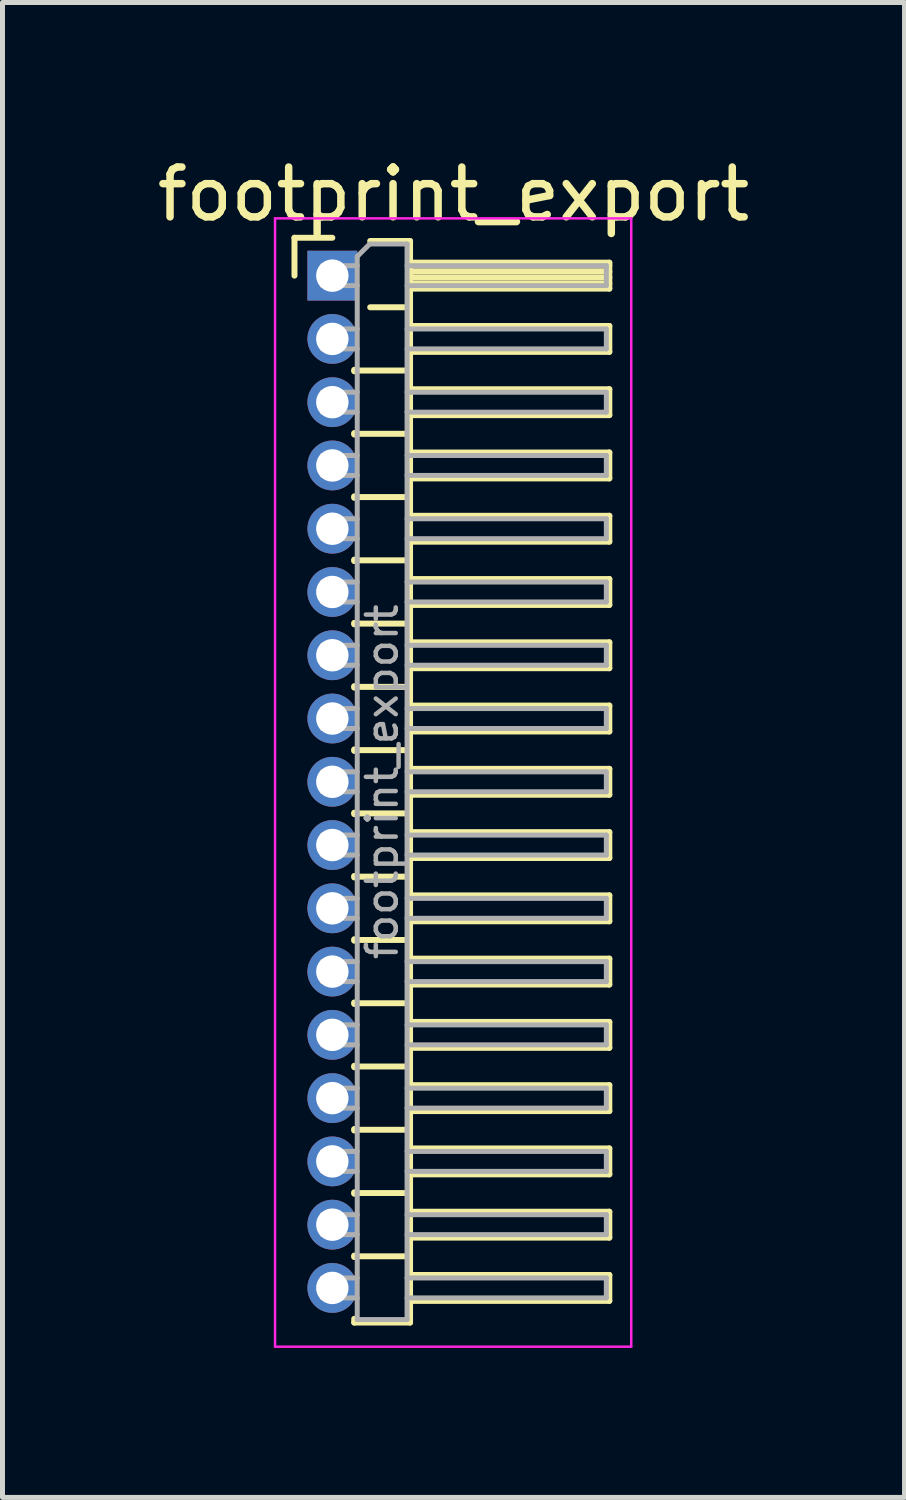
<source format=kicad_pcb>
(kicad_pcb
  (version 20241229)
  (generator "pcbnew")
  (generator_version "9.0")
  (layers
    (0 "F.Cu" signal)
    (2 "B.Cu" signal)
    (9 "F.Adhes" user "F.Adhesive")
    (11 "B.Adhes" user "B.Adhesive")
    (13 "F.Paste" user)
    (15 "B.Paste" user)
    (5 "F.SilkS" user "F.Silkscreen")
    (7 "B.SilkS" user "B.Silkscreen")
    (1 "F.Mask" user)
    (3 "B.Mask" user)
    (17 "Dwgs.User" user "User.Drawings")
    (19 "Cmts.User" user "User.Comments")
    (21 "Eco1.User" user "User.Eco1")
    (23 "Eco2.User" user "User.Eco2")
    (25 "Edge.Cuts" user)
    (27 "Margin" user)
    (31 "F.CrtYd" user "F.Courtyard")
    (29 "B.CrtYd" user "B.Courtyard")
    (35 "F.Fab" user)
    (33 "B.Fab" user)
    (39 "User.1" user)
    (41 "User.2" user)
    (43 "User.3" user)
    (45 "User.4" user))
  (footprint "footprint_export"
    (layer "F.Cu")
    (at 3.621 2.483)
    (property "Reference" "footprint_export" (at 2.433 -1.635 0) (layer "F.SilkS") (effects (font (size 1 1) (thickness 0.15))))
    (attr through_hole)
    (fp_line (start -0.76 -0.76) (end 0 -0.76) (stroke (width 0.12) (type solid)) (layer "F.SilkS"))
    (fp_line (start -0.76 0) (end -0.76 -0.76) (stroke (width 0.12) (type solid)) (layer "F.SilkS"))
    (fp_line (start 0.44 1.89) (end 0.44 1.92) (stroke (width 0.12) (type solid)) (layer "F.SilkS"))
    (fp_line (start 0.44 1.905) (end 1.56 1.905) (stroke (width 0.12) (type solid)) (layer "F.SilkS"))
    (fp_line (start 0.44 3.16) (end 0.44 3.19) (stroke (width 0.12) (type solid)) (layer "F.SilkS"))
    (fp_line (start 0.44 3.175) (end 1.56 3.175) (stroke (width 0.12) (type solid)) (layer "F.SilkS"))
    (fp_line (start 0.44 4.43) (end 0.44 4.46) (stroke (width 0.12) (type solid)) (layer "F.SilkS"))
    (fp_line (start 0.44 4.445) (end 1.56 4.445) (stroke (width 0.12) (type solid)) (layer "F.SilkS"))
    (fp_line (start 0.44 5.7) (end 0.44 5.73) (stroke (width 0.12) (type solid)) (layer "F.SilkS"))
    (fp_line (start 0.44 5.715) (end 1.56 5.715) (stroke (width 0.12) (type solid)) (layer "F.SilkS"))
    (fp_line (start 0.44 6.97) (end 0.44 7) (stroke (width 0.12) (type solid)) (layer "F.SilkS"))
    (fp_line (start 0.44 6.985) (end 1.56 6.985) (stroke (width 0.12) (type solid)) (layer "F.SilkS"))
    (fp_line (start 0.44 8.24) (end 0.44 8.27) (stroke (width 0.12) (type solid)) (layer "F.SilkS"))
    (fp_line (start 0.44 8.255) (end 1.56 8.255) (stroke (width 0.12) (type solid)) (layer "F.SilkS"))
    (fp_line (start 0.44 9.51) (end 0.44 9.54) (stroke (width 0.12) (type solid)) (layer "F.SilkS"))
    (fp_line (start 0.44 9.525) (end 1.56 9.525) (stroke (width 0.12) (type solid)) (layer "F.SilkS"))
    (fp_line (start 0.44 10.78) (end 0.44 10.81) (stroke (width 0.12) (type solid)) (layer "F.SilkS"))
    (fp_line (start 0.44 10.795) (end 1.56 10.795) (stroke (width 0.12) (type solid)) (layer "F.SilkS"))
    (fp_line (start 0.44 12.05) (end 0.44 12.08) (stroke (width 0.12) (type solid)) (layer "F.SilkS"))
    (fp_line (start 0.44 12.065) (end 1.56 12.065) (stroke (width 0.12) (type solid)) (layer "F.SilkS"))
    (fp_line (start 0.44 13.32) (end 0.44 13.35) (stroke (width 0.12) (type solid)) (layer "F.SilkS"))
    (fp_line (start 0.44 13.335) (end 1.56 13.335) (stroke (width 0.12) (type solid)) (layer "F.SilkS"))
    (fp_line (start 0.44 14.59) (end 0.44 14.62) (stroke (width 0.12) (type solid)) (layer "F.SilkS"))
    (fp_line (start 0.44 14.605) (end 1.56 14.605) (stroke (width 0.12) (type solid)) (layer "F.SilkS"))
    (fp_line (start 0.44 15.86) (end 0.44 15.89) (stroke (width 0.12) (type solid)) (layer "F.SilkS"))
    (fp_line (start 0.44 15.875) (end 1.56 15.875) (stroke (width 0.12) (type solid)) (layer "F.SilkS"))
    (fp_line (start 0.44 17.13) (end 0.44 17.16) (stroke (width 0.12) (type solid)) (layer "F.SilkS"))
    (fp_line (start 0.44 17.145) (end 1.56 17.145) (stroke (width 0.12) (type solid)) (layer "F.SilkS"))
    (fp_line (start 0.44 18.4) (end 0.44 18.43) (stroke (width 0.12) (type solid)) (layer "F.SilkS"))
    (fp_line (start 0.44 18.415) (end 1.56 18.415) (stroke (width 0.12) (type solid)) (layer "F.SilkS"))
    (fp_line (start 0.44 19.67) (end 0.44 19.7) (stroke (width 0.12) (type solid)) (layer "F.SilkS"))
    (fp_line (start 0.44 19.685) (end 1.56 19.685) (stroke (width 0.12) (type solid)) (layer "F.SilkS"))
    (fp_line (start 0.44 21.015) (end 0.44 20.94) (stroke (width 0.12) (type solid)) (layer "F.SilkS"))
    (fp_line (start 0.76 -0.695) (end 1.56 -0.695) (stroke (width 0.12) (type solid)) (layer "F.SilkS"))
    (fp_line (start 0.76 0.635) (end 1.56 0.635) (stroke (width 0.12) (type solid)) (layer "F.SilkS"))
    (fp_line (start 1.56 -0.695) (end 1.56 21.015) (stroke (width 0.12) (type solid)) (layer "F.SilkS"))
    (fp_line (start 1.56 -0.26) (end 5.56 -0.26) (stroke (width 0.12) (type solid)) (layer "F.SilkS"))
    (fp_line (start 1.56 -0.2) (end 5.56 -0.2) (stroke (width 0.12) (type solid)) (layer "F.SilkS"))
    (fp_line (start 1.56 -0.08) (end 5.56 -0.08) (stroke (width 0.12) (type solid)) (layer "F.SilkS"))
    (fp_line (start 1.56 0.04) (end 5.56 0.04) (stroke (width 0.12) (type solid)) (layer "F.SilkS"))
    (fp_line (start 1.56 0.16) (end 5.56 0.16) (stroke (width 0.12) (type solid)) (layer "F.SilkS"))
    (fp_line (start 1.56 1.01) (end 5.56 1.01) (stroke (width 0.12) (type solid)) (layer "F.SilkS"))
    (fp_line (start 1.56 2.28) (end 5.56 2.28) (stroke (width 0.12) (type solid)) (layer "F.SilkS"))
    (fp_line (start 1.56 3.55) (end 5.56 3.55) (stroke (width 0.12) (type solid)) (layer "F.SilkS"))
    (fp_line (start 1.56 4.82) (end 5.56 4.82) (stroke (width 0.12) (type solid)) (layer "F.SilkS"))
    (fp_line (start 1.56 6.09) (end 5.56 6.09) (stroke (width 0.12) (type solid)) (layer "F.SilkS"))
    (fp_line (start 1.56 7.36) (end 5.56 7.36) (stroke (width 0.12) (type solid)) (layer "F.SilkS"))
    (fp_line (start 1.56 8.63) (end 5.56 8.63) (stroke (width 0.12) (type solid)) (layer "F.SilkS"))
    (fp_line (start 1.56 9.9) (end 5.56 9.9) (stroke (width 0.12) (type solid)) (layer "F.SilkS"))
    (fp_line (start 1.56 11.17) (end 5.56 11.17) (stroke (width 0.12) (type solid)) (layer "F.SilkS"))
    (fp_line (start 1.56 12.44) (end 5.56 12.44) (stroke (width 0.12) (type solid)) (layer "F.SilkS"))
    (fp_line (start 1.56 13.71) (end 5.56 13.71) (stroke (width 0.12) (type solid)) (layer "F.SilkS"))
    (fp_line (start 1.56 14.98) (end 5.56 14.98) (stroke (width 0.12) (type solid)) (layer "F.SilkS"))
    (fp_line (start 1.56 16.25) (end 5.56 16.25) (stroke (width 0.12) (type solid)) (layer "F.SilkS"))
    (fp_line (start 1.56 17.52) (end 5.56 17.52) (stroke (width 0.12) (type solid)) (layer "F.SilkS"))
    (fp_line (start 1.56 18.79) (end 5.56 18.79) (stroke (width 0.12) (type solid)) (layer "F.SilkS"))
    (fp_line (start 1.56 20.06) (end 5.56 20.06) (stroke (width 0.12) (type solid)) (layer "F.SilkS"))
    (fp_line (start 1.56 21.015) (end 0.44 21.015) (stroke (width 0.12) (type solid)) (layer "F.SilkS"))
    (fp_line (start 5.56 -0.26) (end 5.56 0.26) (stroke (width 0.12) (type solid)) (layer "F.SilkS"))
    (fp_line (start 5.56 0.26) (end 1.56 0.26) (stroke (width 0.12) (type solid)) (layer "F.SilkS"))
    (fp_line (start 5.56 1.01) (end 5.56 1.53) (stroke (width 0.12) (type solid)) (layer "F.SilkS"))
    (fp_line (start 5.56 1.53) (end 1.56 1.53) (stroke (width 0.12) (type solid)) (layer "F.SilkS"))
    (fp_line (start 5.56 2.28) (end 5.56 2.8) (stroke (width 0.12) (type solid)) (layer "F.SilkS"))
    (fp_line (start 5.56 2.8) (end 1.56 2.8) (stroke (width 0.12) (type solid)) (layer "F.SilkS"))
    (fp_line (start 5.56 3.55) (end 5.56 4.07) (stroke (width 0.12) (type solid)) (layer "F.SilkS"))
    (fp_line (start 5.56 4.07) (end 1.56 4.07) (stroke (width 0.12) (type solid)) (layer "F.SilkS"))
    (fp_line (start 5.56 4.82) (end 5.56 5.34) (stroke (width 0.12) (type solid)) (layer "F.SilkS"))
    (fp_line (start 5.56 5.34) (end 1.56 5.34) (stroke (width 0.12) (type solid)) (layer "F.SilkS"))
    (fp_line (start 5.56 6.09) (end 5.56 6.61) (stroke (width 0.12) (type solid)) (layer "F.SilkS"))
    (fp_line (start 5.56 6.61) (end 1.56 6.61) (stroke (width 0.12) (type solid)) (layer "F.SilkS"))
    (fp_line (start 5.56 7.36) (end 5.56 7.88) (stroke (width 0.12) (type solid)) (layer "F.SilkS"))
    (fp_line (start 5.56 7.88) (end 1.56 7.88) (stroke (width 0.12) (type solid)) (layer "F.SilkS"))
    (fp_line (start 5.56 8.63) (end 5.56 9.15) (stroke (width 0.12) (type solid)) (layer "F.SilkS"))
    (fp_line (start 5.56 9.15) (end 1.56 9.15) (stroke (width 0.12) (type solid)) (layer "F.SilkS"))
    (fp_line (start 5.56 9.9) (end 5.56 10.42) (stroke (width 0.12) (type solid)) (layer "F.SilkS"))
    (fp_line (start 5.56 10.42) (end 1.56 10.42) (stroke (width 0.12) (type solid)) (layer "F.SilkS"))
    (fp_line (start 5.56 11.17) (end 5.56 11.69) (stroke (width 0.12) (type solid)) (layer "F.SilkS"))
    (fp_line (start 5.56 11.69) (end 1.56 11.69) (stroke (width 0.12) (type solid)) (layer "F.SilkS"))
    (fp_line (start 5.56 12.44) (end 5.56 12.96) (stroke (width 0.12) (type solid)) (layer "F.SilkS"))
    (fp_line (start 5.56 12.96) (end 1.56 12.96) (stroke (width 0.12) (type solid)) (layer "F.SilkS"))
    (fp_line (start 5.56 13.71) (end 5.56 14.23) (stroke (width 0.12) (type solid)) (layer "F.SilkS"))
    (fp_line (start 5.56 14.23) (end 1.56 14.23) (stroke (width 0.12) (type solid)) (layer "F.SilkS"))
    (fp_line (start 5.56 14.98) (end 5.56 15.5) (stroke (width 0.12) (type solid)) (layer "F.SilkS"))
    (fp_line (start 5.56 15.5) (end 1.56 15.5) (stroke (width 0.12) (type solid)) (layer "F.SilkS"))
    (fp_line (start 5.56 16.25) (end 5.56 16.77) (stroke (width 0.12) (type solid)) (layer "F.SilkS"))
    (fp_line (start 5.56 16.77) (end 1.56 16.77) (stroke (width 0.12) (type solid)) (layer "F.SilkS"))
    (fp_line (start 5.56 17.52) (end 5.56 18.04) (stroke (width 0.12) (type solid)) (layer "F.SilkS"))
    (fp_line (start 5.56 18.04) (end 1.56 18.04) (stroke (width 0.12) (type solid)) (layer "F.SilkS"))
    (fp_line (start 5.56 18.79) (end 5.56 19.31) (stroke (width 0.12) (type solid)) (layer "F.SilkS"))
    (fp_line (start 5.56 19.31) (end 1.56 19.31) (stroke (width 0.12) (type solid)) (layer "F.SilkS"))
    (fp_line (start 5.56 20.06) (end 5.56 20.58) (stroke (width 0.12) (type solid)) (layer "F.SilkS"))
    (fp_line (start 5.56 20.58) (end 1.56 20.58) (stroke (width 0.12) (type solid)) (layer "F.SilkS"))
    (fp_line (start -1.15 -1.15) (end -1.15 21.5) (stroke (width 0.05) (type solid)) (layer "F.CrtYd"))
    (fp_line (start -1.15 21.5) (end 6 21.5) (stroke (width 0.05) (type solid)) (layer "F.CrtYd"))
    (fp_line (start 6 -1.15) (end -1.15 -1.15) (stroke (width 0.05) (type solid)) (layer "F.CrtYd"))
    (fp_line (start 6 21.5) (end 6 -1.15) (stroke (width 0.05) (type solid)) (layer "F.CrtYd"))
    (fp_line (start -0.2 -0.2) (end -0.2 0.2) (stroke (width 0.1) (type solid)) (layer "F.Fab"))
    (fp_line (start -0.2 -0.2) (end 0.5 -0.2) (stroke (width 0.1) (type solid)) (layer "F.Fab"))
    (fp_line (start -0.2 0.2) (end 0.5 0.2) (stroke (width 0.1) (type solid)) (layer "F.Fab"))
    (fp_line (start -0.2 1.07) (end -0.2 1.47) (stroke (width 0.1) (type solid)) (layer "F.Fab"))
    (fp_line (start -0.2 1.07) (end 0.5 1.07) (stroke (width 0.1) (type solid)) (layer "F.Fab"))
    (fp_line (start -0.2 1.47) (end 0.5 1.47) (stroke (width 0.1) (type solid)) (layer "F.Fab"))
    (fp_line (start -0.2 2.34) (end -0.2 2.74) (stroke (width 0.1) (type solid)) (layer "F.Fab"))
    (fp_line (start -0.2 2.34) (end 0.5 2.34) (stroke (width 0.1) (type solid)) (layer "F.Fab"))
    (fp_line (start -0.2 2.74) (end 0.5 2.74) (stroke (width 0.1) (type solid)) (layer "F.Fab"))
    (fp_line (start -0.2 3.61) (end -0.2 4.01) (stroke (width 0.1) (type solid)) (layer "F.Fab"))
    (fp_line (start -0.2 3.61) (end 0.5 3.61) (stroke (width 0.1) (type solid)) (layer "F.Fab"))
    (fp_line (start -0.2 4.01) (end 0.5 4.01) (stroke (width 0.1) (type solid)) (layer "F.Fab"))
    (fp_line (start -0.2 4.88) (end -0.2 5.28) (stroke (width 0.1) (type solid)) (layer "F.Fab"))
    (fp_line (start -0.2 4.88) (end 0.5 4.88) (stroke (width 0.1) (type solid)) (layer "F.Fab"))
    (fp_line (start -0.2 5.28) (end 0.5 5.28) (stroke (width 0.1) (type solid)) (layer "F.Fab"))
    (fp_line (start -0.2 6.15) (end -0.2 6.55) (stroke (width 0.1) (type solid)) (layer "F.Fab"))
    (fp_line (start -0.2 6.15) (end 0.5 6.15) (stroke (width 0.1) (type solid)) (layer "F.Fab"))
    (fp_line (start -0.2 6.55) (end 0.5 6.55) (stroke (width 0.1) (type solid)) (layer "F.Fab"))
    (fp_line (start -0.2 7.42) (end -0.2 7.82) (stroke (width 0.1) (type solid)) (layer "F.Fab"))
    (fp_line (start -0.2 7.42) (end 0.5 7.42) (stroke (width 0.1) (type solid)) (layer "F.Fab"))
    (fp_line (start -0.2 7.82) (end 0.5 7.82) (stroke (width 0.1) (type solid)) (layer "F.Fab"))
    (fp_line (start -0.2 8.69) (end -0.2 9.09) (stroke (width 0.1) (type solid)) (layer "F.Fab"))
    (fp_line (start -0.2 8.69) (end 0.5 8.69) (stroke (width 0.1) (type solid)) (layer "F.Fab"))
    (fp_line (start -0.2 9.09) (end 0.5 9.09) (stroke (width 0.1) (type solid)) (layer "F.Fab"))
    (fp_line (start -0.2 9.96) (end -0.2 10.36) (stroke (width 0.1) (type solid)) (layer "F.Fab"))
    (fp_line (start -0.2 9.96) (end 0.5 9.96) (stroke (width 0.1) (type solid)) (layer "F.Fab"))
    (fp_line (start -0.2 10.36) (end 0.5 10.36) (stroke (width 0.1) (type solid)) (layer "F.Fab"))
    (fp_line (start -0.2 11.23) (end -0.2 11.63) (stroke (width 0.1) (type solid)) (layer "F.Fab"))
    (fp_line (start -0.2 11.23) (end 0.5 11.23) (stroke (width 0.1) (type solid)) (layer "F.Fab"))
    (fp_line (start -0.2 11.63) (end 0.5 11.63) (stroke (width 0.1) (type solid)) (layer "F.Fab"))
    (fp_line (start -0.2 12.5) (end -0.2 12.9) (stroke (width 0.1) (type solid)) (layer "F.Fab"))
    (fp_line (start -0.2 12.5) (end 0.5 12.5) (stroke (width 0.1) (type solid)) (layer "F.Fab"))
    (fp_line (start -0.2 12.9) (end 0.5 12.9) (stroke (width 0.1) (type solid)) (layer "F.Fab"))
    (fp_line (start -0.2 13.77) (end -0.2 14.17) (stroke (width 0.1) (type solid)) (layer "F.Fab"))
    (fp_line (start -0.2 13.77) (end 0.5 13.77) (stroke (width 0.1) (type solid)) (layer "F.Fab"))
    (fp_line (start -0.2 14.17) (end 0.5 14.17) (stroke (width 0.1) (type solid)) (layer "F.Fab"))
    (fp_line (start -0.2 15.04) (end -0.2 15.44) (stroke (width 0.1) (type solid)) (layer "F.Fab"))
    (fp_line (start -0.2 15.04) (end 0.5 15.04) (stroke (width 0.1) (type solid)) (layer "F.Fab"))
    (fp_line (start -0.2 15.44) (end 0.5 15.44) (stroke (width 0.1) (type solid)) (layer "F.Fab"))
    (fp_line (start -0.2 16.31) (end -0.2 16.71) (stroke (width 0.1) (type solid)) (layer "F.Fab"))
    (fp_line (start -0.2 16.31) (end 0.5 16.31) (stroke (width 0.1) (type solid)) (layer "F.Fab"))
    (fp_line (start -0.2 16.71) (end 0.5 16.71) (stroke (width 0.1) (type solid)) (layer "F.Fab"))
    (fp_line (start -0.2 17.58) (end -0.2 17.98) (stroke (width 0.1) (type solid)) (layer "F.Fab"))
    (fp_line (start -0.2 17.58) (end 0.5 17.58) (stroke (width 0.1) (type solid)) (layer "F.Fab"))
    (fp_line (start -0.2 17.98) (end 0.5 17.98) (stroke (width 0.1) (type solid)) (layer "F.Fab"))
    (fp_line (start -0.2 18.85) (end -0.2 19.25) (stroke (width 0.1) (type solid)) (layer "F.Fab"))
    (fp_line (start -0.2 18.85) (end 0.5 18.85) (stroke (width 0.1) (type solid)) (layer "F.Fab"))
    (fp_line (start -0.2 19.25) (end 0.5 19.25) (stroke (width 0.1) (type solid)) (layer "F.Fab"))
    (fp_line (start -0.2 20.12) (end -0.2 20.52) (stroke (width 0.1) (type solid)) (layer "F.Fab"))
    (fp_line (start -0.2 20.12) (end 0.5 20.12) (stroke (width 0.1) (type solid)) (layer "F.Fab"))
    (fp_line (start -0.2 20.52) (end 0.5 20.52) (stroke (width 0.1) (type solid)) (layer "F.Fab"))
    (fp_line (start 0.5 -0.385) (end 0.75 -0.635) (stroke (width 0.1) (type solid)) (layer "F.Fab"))
    (fp_line (start 0.5 20.955) (end 0.5 -0.385) (stroke (width 0.1) (type solid)) (layer "F.Fab"))
    (fp_line (start 0.75 -0.635) (end 1.5 -0.635) (stroke (width 0.1) (type solid)) (layer "F.Fab"))
    (fp_line (start 1.5 -0.635) (end 1.5 20.955) (stroke (width 0.1) (type solid)) (layer "F.Fab"))
    (fp_line (start 1.5 -0.2) (end 5.5 -0.2) (stroke (width 0.1) (type solid)) (layer "F.Fab"))
    (fp_line (start 1.5 0.2) (end 5.5 0.2) (stroke (width 0.1) (type solid)) (layer "F.Fab"))
    (fp_line (start 1.5 1.07) (end 5.5 1.07) (stroke (width 0.1) (type solid)) (layer "F.Fab"))
    (fp_line (start 1.5 1.47) (end 5.5 1.47) (stroke (width 0.1) (type solid)) (layer "F.Fab"))
    (fp_line (start 1.5 2.34) (end 5.5 2.34) (stroke (width 0.1) (type solid)) (layer "F.Fab"))
    (fp_line (start 1.5 2.74) (end 5.5 2.74) (stroke (width 0.1) (type solid)) (layer "F.Fab"))
    (fp_line (start 1.5 3.61) (end 5.5 3.61) (stroke (width 0.1) (type solid)) (layer "F.Fab"))
    (fp_line (start 1.5 4.01) (end 5.5 4.01) (stroke (width 0.1) (type solid)) (layer "F.Fab"))
    (fp_line (start 1.5 4.88) (end 5.5 4.88) (stroke (width 0.1) (type solid)) (layer "F.Fab"))
    (fp_line (start 1.5 5.28) (end 5.5 5.28) (stroke (width 0.1) (type solid)) (layer "F.Fab"))
    (fp_line (start 1.5 6.15) (end 5.5 6.15) (stroke (width 0.1) (type solid)) (layer "F.Fab"))
    (fp_line (start 1.5 6.55) (end 5.5 6.55) (stroke (width 0.1) (type solid)) (layer "F.Fab"))
    (fp_line (start 1.5 7.42) (end 5.5 7.42) (stroke (width 0.1) (type solid)) (layer "F.Fab"))
    (fp_line (start 1.5 7.82) (end 5.5 7.82) (stroke (width 0.1) (type solid)) (layer "F.Fab"))
    (fp_line (start 1.5 8.69) (end 5.5 8.69) (stroke (width 0.1) (type solid)) (layer "F.Fab"))
    (fp_line (start 1.5 9.09) (end 5.5 9.09) (stroke (width 0.1) (type solid)) (layer "F.Fab"))
    (fp_line (start 1.5 9.96) (end 5.5 9.96) (stroke (width 0.1) (type solid)) (layer "F.Fab"))
    (fp_line (start 1.5 10.36) (end 5.5 10.36) (stroke (width 0.1) (type solid)) (layer "F.Fab"))
    (fp_line (start 1.5 11.23) (end 5.5 11.23) (stroke (width 0.1) (type solid)) (layer "F.Fab"))
    (fp_line (start 1.5 11.63) (end 5.5 11.63) (stroke (width 0.1) (type solid)) (layer "F.Fab"))
    (fp_line (start 1.5 12.5) (end 5.5 12.5) (stroke (width 0.1) (type solid)) (layer "F.Fab"))
    (fp_line (start 1.5 12.9) (end 5.5 12.9) (stroke (width 0.1) (type solid)) (layer "F.Fab"))
    (fp_line (start 1.5 13.77) (end 5.5 13.77) (stroke (width 0.1) (type solid)) (layer "F.Fab"))
    (fp_line (start 1.5 14.17) (end 5.5 14.17) (stroke (width 0.1) (type solid)) (layer "F.Fab"))
    (fp_line (start 1.5 15.04) (end 5.5 15.04) (stroke (width 0.1) (type solid)) (layer "F.Fab"))
    (fp_line (start 1.5 15.44) (end 5.5 15.44) (stroke (width 0.1) (type solid)) (layer "F.Fab"))
    (fp_line (start 1.5 16.31) (end 5.5 16.31) (stroke (width 0.1) (type solid)) (layer "F.Fab"))
    (fp_line (start 1.5 16.71) (end 5.5 16.71) (stroke (width 0.1) (type solid)) (layer "F.Fab"))
    (fp_line (start 1.5 17.58) (end 5.5 17.58) (stroke (width 0.1) (type solid)) (layer "F.Fab"))
    (fp_line (start 1.5 17.98) (end 5.5 17.98) (stroke (width 0.1) (type solid)) (layer "F.Fab"))
    (fp_line (start 1.5 18.85) (end 5.5 18.85) (stroke (width 0.1) (type solid)) (layer "F.Fab"))
    (fp_line (start 1.5 19.25) (end 5.5 19.25) (stroke (width 0.1) (type solid)) (layer "F.Fab"))
    (fp_line (start 1.5 20.12) (end 5.5 20.12) (stroke (width 0.1) (type solid)) (layer "F.Fab"))
    (fp_line (start 1.5 20.52) (end 5.5 20.52) (stroke (width 0.1) (type solid)) (layer "F.Fab"))
    (fp_line (start 1.5 20.955) (end 0.5 20.955) (stroke (width 0.1) (type solid)) (layer "F.Fab"))
    (fp_line (start 5.5 -0.2) (end 5.5 0.2) (stroke (width 0.1) (type solid)) (layer "F.Fab"))
    (fp_line (start 5.5 1.07) (end 5.5 1.47) (stroke (width 0.1) (type solid)) (layer "F.Fab"))
    (fp_line (start 5.5 2.34) (end 5.5 2.74) (stroke (width 0.1) (type solid)) (layer "F.Fab"))
    (fp_line (start 5.5 3.61) (end 5.5 4.01) (stroke (width 0.1) (type solid)) (layer "F.Fab"))
    (fp_line (start 5.5 4.88) (end 5.5 5.28) (stroke (width 0.1) (type solid)) (layer "F.Fab"))
    (fp_line (start 5.5 6.15) (end 5.5 6.55) (stroke (width 0.1) (type solid)) (layer "F.Fab"))
    (fp_line (start 5.5 7.42) (end 5.5 7.82) (stroke (width 0.1) (type solid)) (layer "F.Fab"))
    (fp_line (start 5.5 8.69) (end 5.5 9.09) (stroke (width 0.1) (type solid)) (layer "F.Fab"))
    (fp_line (start 5.5 9.96) (end 5.5 10.36) (stroke (width 0.1) (type solid)) (layer "F.Fab"))
    (fp_line (start 5.5 11.23) (end 5.5 11.63) (stroke (width 0.1) (type solid)) (layer "F.Fab"))
    (fp_line (start 5.5 12.5) (end 5.5 12.9) (stroke (width 0.1) (type solid)) (layer "F.Fab"))
    (fp_line (start 5.5 13.77) (end 5.5 14.17) (stroke (width 0.1) (type solid)) (layer "F.Fab"))
    (fp_line (start 5.5 15.04) (end 5.5 15.44) (stroke (width 0.1) (type solid)) (layer "F.Fab"))
    (fp_line (start 5.5 16.31) (end 5.5 16.71) (stroke (width 0.1) (type solid)) (layer "F.Fab"))
    (fp_line (start 5.5 17.58) (end 5.5 17.98) (stroke (width 0.1) (type solid)) (layer "F.Fab"))
    (fp_line (start 5.5 18.85) (end 5.5 19.25) (stroke (width 0.1) (type solid)) (layer "F.Fab"))
    (fp_line (start 5.5 20.12) (end 5.5 20.52) (stroke (width 0.1) (type solid)) (layer "F.Fab"))
    (fp_text user "${REFERENCE}" (at 1 10.16 90) (layer "F.Fab") (effects (font (size 0.6 0.6) (thickness 0.09))))
    (pad "1" thru_hole rect (at 0 0) (size 1 1) (drill 0.65) (layers "*.Cu" "*.Mask"))
    (pad "2" thru_hole oval (at 0 1.27) (size 1 1) (drill 0.65) (layers "*.Cu" "*.Mask"))
    (pad "3" thru_hole oval (at 0 2.54) (size 1 1) (drill 0.65) (layers "*.Cu" "*.Mask"))
    (pad "4" thru_hole oval (at 0 3.81) (size 1 1) (drill 0.65) (layers "*.Cu" "*.Mask"))
    (pad "5" thru_hole oval (at 0 5.08) (size 1 1) (drill 0.65) (layers "*.Cu" "*.Mask"))
    (pad "6" thru_hole oval (at 0 6.35) (size 1 1) (drill 0.65) (layers "*.Cu" "*.Mask"))
    (pad "7" thru_hole oval (at 0 7.62) (size 1 1) (drill 0.65) (layers "*.Cu" "*.Mask"))
    (pad "8" thru_hole oval (at 0 8.89) (size 1 1) (drill 0.65) (layers "*.Cu" "*.Mask"))
    (pad "9" thru_hole oval (at 0 10.16) (size 1 1) (drill 0.65) (layers "*.Cu" "*.Mask"))
    (pad "10" thru_hole oval (at 0 11.43) (size 1 1) (drill 0.65) (layers "*.Cu" "*.Mask"))
    (pad "11" thru_hole oval (at 0 12.7) (size 1 1) (drill 0.65) (layers "*.Cu" "*.Mask"))
    (pad "12" thru_hole oval (at 0 13.97) (size 1 1) (drill 0.65) (layers "*.Cu" "*.Mask"))
    (pad "13" thru_hole oval (at 0 15.24) (size 1 1) (drill 0.65) (layers "*.Cu" "*.Mask"))
    (pad "14" thru_hole oval (at 0 16.51) (size 1 1) (drill 0.65) (layers "*.Cu" "*.Mask"))
    (pad "15" thru_hole oval (at 0 17.78) (size 1 1) (drill 0.65) (layers "*.Cu" "*.Mask"))
    (pad "16" thru_hole oval (at 0 19.05) (size 1 1) (drill 0.65) (layers "*.Cu" "*.Mask"))
    (pad "17" thru_hole oval (at 0 20.32) (size 1 1) (drill 0.65) (layers "*.Cu" "*.Mask")))
  (gr_rect
    (start -3 -3)
    (end 15.107 27.008)
    (stroke (width 0.1) (type default))
    (fill no)
    (layer "Edge.Cuts")))
</source>
